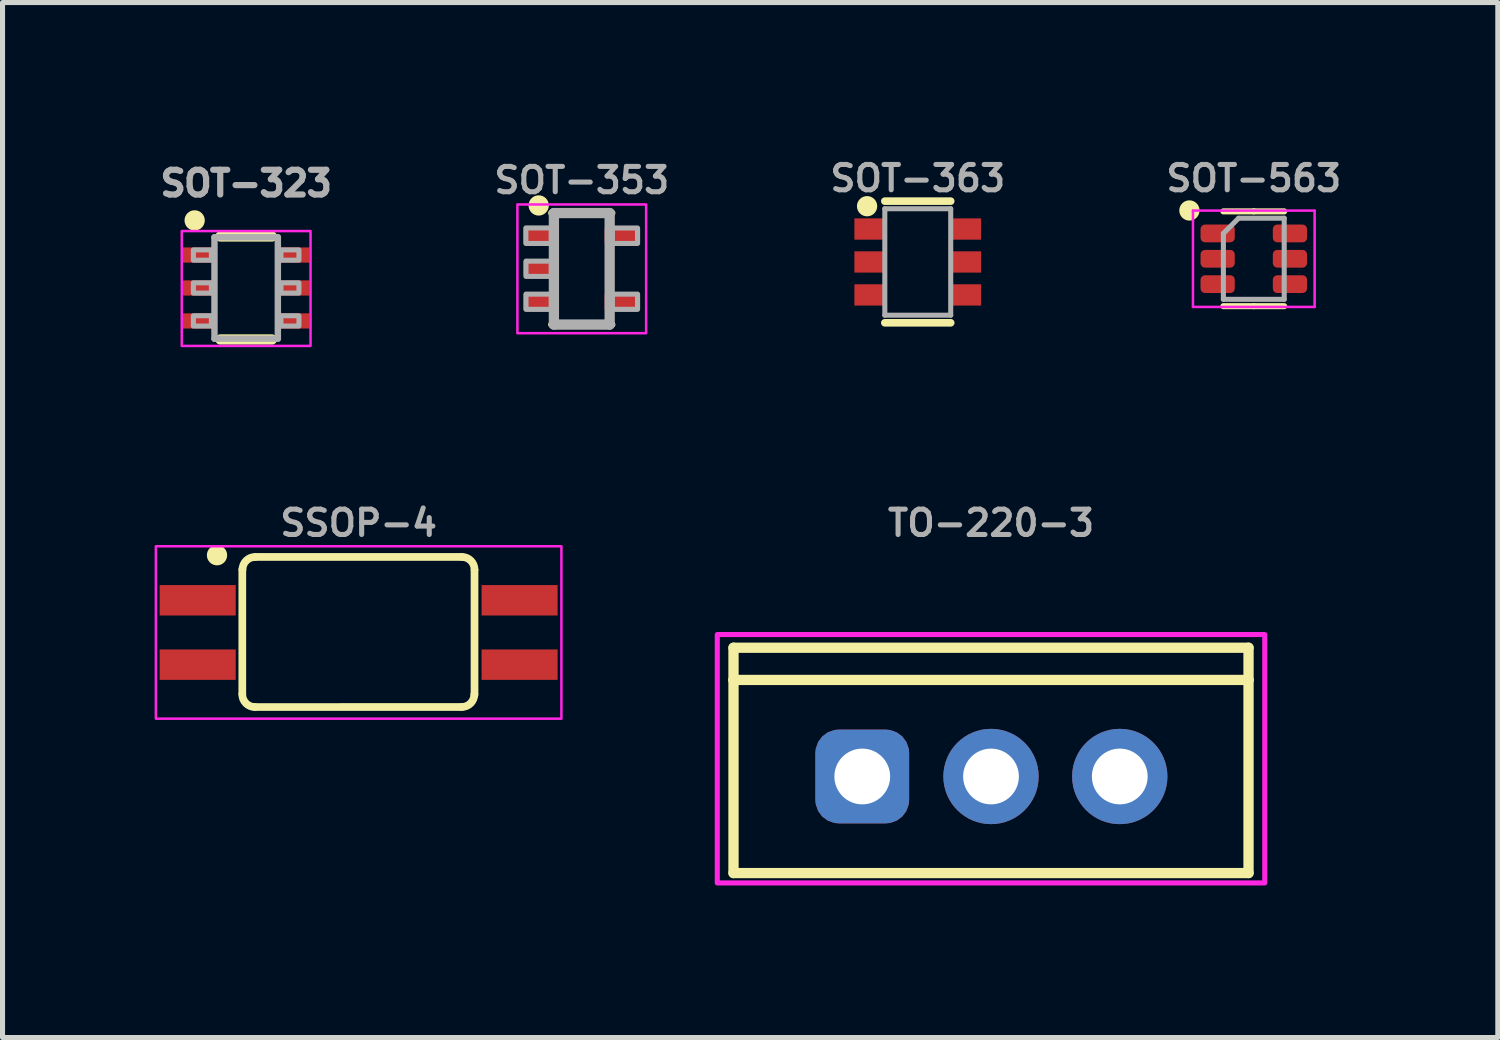
<source format=kicad_pcb>
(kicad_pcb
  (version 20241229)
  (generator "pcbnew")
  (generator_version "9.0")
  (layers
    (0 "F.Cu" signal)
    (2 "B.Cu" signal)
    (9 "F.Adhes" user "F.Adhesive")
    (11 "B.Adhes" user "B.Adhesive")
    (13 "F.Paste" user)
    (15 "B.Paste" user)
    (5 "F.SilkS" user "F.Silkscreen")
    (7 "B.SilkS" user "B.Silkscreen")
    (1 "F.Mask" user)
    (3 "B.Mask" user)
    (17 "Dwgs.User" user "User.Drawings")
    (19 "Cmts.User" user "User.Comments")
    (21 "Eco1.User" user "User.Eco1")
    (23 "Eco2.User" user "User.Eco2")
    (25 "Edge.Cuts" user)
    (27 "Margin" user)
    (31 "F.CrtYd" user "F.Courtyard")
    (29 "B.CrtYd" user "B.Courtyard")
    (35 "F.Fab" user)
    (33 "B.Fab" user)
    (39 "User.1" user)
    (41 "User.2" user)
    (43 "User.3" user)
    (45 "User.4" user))
  (footprint "SSOP-4"
    (layer "F.Cu")
    (at 4.025 9.427)
    (property "Reference" "SSOP-4" (at 0 -2.159 0) (layer "F.Fab") (effects (font (size 0.5 0.5) (thickness 0.1) (bold yes))))
    (attr smd)
    (fp_line (start -2.295 1.211) (end -2.295 -1.249) (stroke (width 0.152) (type solid)) (layer "F.SilkS"))
    (fp_line (start -2.045 1.471) (end 2.032 1.47) (stroke (width 0.152) (type solid)) (layer "F.SilkS"))
    (fp_line (start 2.036 -1.49) (end -2.036 -1.49) (stroke (width 0.152) (type solid)) (layer "F.SilkS"))
    (fp_line (start 2.286 -1.23) (end 2.286 1.23) (stroke (width 0.152) (type solid)) (layer "F.SilkS"))
    (fp_arc (start -2.291477 -1.239177) (mid -2.218254 -1.415954) (end -2.041477 -1.489177) (stroke (width 0.1524) (type solid)) (layer "F.SilkS"))
    (fp_arc (start -2.045477 1.471046) (mid -2.222254 1.397823) (end -2.295477 1.221046) (stroke (width 0.1524) (type solid)) (layer "F.SilkS"))
    (fp_arc (start 2.036 -1.49) (mid 2.212777 -1.416777) (end 2.286 -1.24) (stroke (width 0.1524) (type solid)) (layer "F.SilkS"))
    (fp_arc (start 2.282 1.220223) (mid 2.208777 1.397) (end 2.032 1.470223) (stroke (width 0.1524) (type solid)) (layer "F.SilkS"))
    (fp_circle (center -2.794 -1.524) (end -2.794 -1.424) (stroke (width 0.2) (type solid)) (fill yes) (layer "F.SilkS"))
    (fp_rect (start 4 -1.7) (end -4 1.7) (stroke (width 0.05) (type default)) (fill no) (layer "F.CrtYd"))
    (fp_rect (start -2.2 -1.35) (end 2.2 1.35) (stroke (width 0.1) (type default)) (fill no) (layer "User.1"))
    (pad "1" smd rect (at -3.175 -0.635) (size 1.5 0.6) (layers "F.Cu" "F.Mask" "F.Paste"))
    (pad "2" smd rect (at -3.175 0.635) (size 1.5 0.6) (layers "F.Cu" "F.Mask" "F.Paste"))
    (pad "3" smd rect (at 3.175 0.635) (size 1.5 0.6) (layers "F.Cu" "F.Mask" "F.Paste"))
    (pad "4" smd rect (at 3.175 -0.635) (size 1.5 0.6) (layers "F.Cu" "F.Mask" "F.Paste")))
  (footprint "TO-220-3"
    (layer "F.Cu")
    (at 16.5 12.268)
    (property "Reference" "TO-220-3" (at 0 -5 0) (layer "F.Fab") (effects (font (size 0.5 0.5) (thickness 0.1))))
    (fp_line (start -5.08 -2.54) (end 5.08 -2.54) (stroke (width 0.203) (type solid)) (layer "F.SilkS"))
    (fp_line (start -5.08 -1.905) (end -5.08 -2.54) (stroke (width 0.203) (type solid)) (layer "F.SilkS"))
    (fp_line (start -5.08 1.905) (end -5.08 -1.905) (stroke (width 0.203) (type solid)) (layer "F.SilkS"))
    (fp_line (start 5.08 -2.54) (end 5.08 -1.905) (stroke (width 0.203) (type solid)) (layer "F.SilkS"))
    (fp_line (start 5.08 -1.905) (end -5.08 -1.905) (stroke (width 0.203) (type solid)) (layer "F.SilkS"))
    (fp_line (start 5.08 -1.905) (end 5.08 1.905) (stroke (width 0.203) (type solid)) (layer "F.SilkS"))
    (fp_line (start 5.08 1.905) (end -5.08 1.905) (stroke (width 0.203) (type solid)) (layer "F.SilkS"))
    (fp_rect (start 5.4 -2.8) (end -5.4 2.1) (stroke (width 0.1) (type default)) (fill no) (layer "F.CrtYd"))
    (pad "1" thru_hole roundrect (at -2.54 0) (size 1.85 1.85) (drill 1.1) (layers "*.Cu" "*.Mask") (roundrect_rratio 0.25))
    (pad "2" thru_hole circle (at 0 0) (size 1.88 1.88) (drill 1.1) (layers "*.Cu" "*.Mask"))
    (pad "3" thru_hole circle (at 2.54 0) (size 1.88 1.88) (drill 1.1) (layers "*.Cu" "*.Mask")))
  (footprint "SOT-563"
    (layer "F.Cu")
    (at 21.684 2.055)
    (property "Reference" "SOT-563" (at 0 -1.587 0) (layer "F.Fab") (effects (font (size 0.5 0.5) (thickness 0.1))))
    (attr smd)
    (fp_line (start 0 -0.935) (end -0.6 -0.935) (stroke (width 0.12) (type solid)) (layer "F.SilkS"))
    (fp_line (start 0 -0.935) (end 0.6 -0.935) (stroke (width 0.12) (type solid)) (layer "F.SilkS"))
    (fp_line (start 0 0.935) (end -0.6 0.935) (stroke (width 0.12) (type solid)) (layer "F.SilkS"))
    (fp_line (start 0 0.935) (end 0.6 0.935) (stroke (width 0.12) (type solid)) (layer "F.SilkS"))
    (fp_circle (center -1.27 -0.953) (end -1.27 -0.853) (stroke (width 0.2) (type solid)) (fill no) (layer "F.SilkS"))
    (fp_line (start -1.2 -0.95) (end -1.2 0.95) (stroke (width 0.05) (type solid)) (layer "F.CrtYd"))
    (fp_line (start -1.2 0.95) (end 1.2 0.95) (stroke (width 0.05) (type solid)) (layer "F.CrtYd"))
    (fp_line (start 1.2 -0.95) (end -1.2 -0.95) (stroke (width 0.05) (type solid)) (layer "F.CrtYd"))
    (fp_line (start 1.2 0.95) (end 1.2 -0.95) (stroke (width 0.05) (type solid)) (layer "F.CrtYd"))
    (fp_line (start -0.6 -0.5) (end -0.3 -0.8) (stroke (width 0.1) (type solid)) (layer "F.Fab"))
    (fp_line (start -0.6 0.8) (end -0.6 -0.5) (stroke (width 0.1) (type solid)) (layer "F.Fab"))
    (fp_line (start -0.3 -0.8) (end 0.6 -0.8) (stroke (width 0.1) (type solid)) (layer "F.Fab"))
    (fp_line (start 0.6 -0.8) (end 0.6 0.8) (stroke (width 0.1) (type solid)) (layer "F.Fab"))
    (fp_line (start 0.6 0.8) (end -0.6 0.8) (stroke (width 0.1) (type solid)) (layer "F.Fab"))
    (pad "1" smd roundrect (at -0.713 -0.5) (size 0.675 0.35) (layers "F.Cu" "F.Mask" "F.Paste") (roundrect_rratio 0.25))
    (pad "2" smd roundrect (at -0.713 0) (size 0.675 0.35) (layers "F.Cu" "F.Mask" "F.Paste") (roundrect_rratio 0.25))
    (pad "3" smd roundrect (at -0.713 0.5) (size 0.675 0.35) (layers "F.Cu" "F.Mask" "F.Paste") (roundrect_rratio 0.25))
    (pad "4" smd roundrect (at 0.713 0.5) (size 0.675 0.35) (layers "F.Cu" "F.Mask" "F.Paste") (roundrect_rratio 0.25))
    (pad "5" smd roundrect (at 0.713 0) (size 0.675 0.35) (layers "F.Cu" "F.Mask" "F.Paste") (roundrect_rratio 0.25))
    (pad "6" smd roundrect (at 0.713 -0.5) (size 0.675 0.35) (layers "F.Cu" "F.Mask" "F.Paste") (roundrect_rratio 0.25)))
  (footprint "SOT-323"
    (layer "F.Cu")
    (at 1.806 2.631)
    (property "Reference" "SOT-323" (at 0 -1.778 0) (layer "F.Fab") (effects (font (size 0.488 0.488) (thickness 0.122)) (justify bottom)))
    (fp_line (start 0.508 -1.016) (end -0.508 -1.016) (stroke (width 0.203) (type solid)) (layer "F.SilkS"))
    (fp_line (start 0.508 1.016) (end -0.508 1.016) (stroke (width 0.203) (type solid)) (layer "F.SilkS"))
    (fp_circle (center -1.016 -1.333) (end -0.916 -1.333) (stroke (width 0.2) (type solid)) (fill yes) (layer "F.SilkS"))
    (fp_rect (start 1.27 -1.123) (end -1.27 1.144) (stroke (width 0.05) (type default)) (fill no) (layer "F.CrtYd"))
    (fp_line (start -0.625 -1) (end -0.625 1) (stroke (width 0.127) (type solid)) (layer "F.Fab"))
    (fp_line (start -0.625 1) (end 0.625 1) (stroke (width 0.127) (type solid)) (layer "F.Fab"))
    (fp_line (start 0.625 -1) (end -0.625 -1) (stroke (width 0.127) (type solid)) (layer "F.Fab"))
    (fp_line (start 0.625 1) (end 0.625 -1) (stroke (width 0.127) (type solid)) (layer "F.Fab"))
    (fp_poly (pts (xy -1.041 -0.752) (xy -1.041 -0.548) (xy -0.686 -0.548) (xy -0.686 -0.752)) (stroke (width 0.1) (type default)) (fill no) (layer "F.Fab"))
    (fp_poly (pts (xy -1.041 -0.102) (xy -1.041 0.102) (xy -0.686 0.102) (xy -0.686 -0.102)) (stroke (width 0.1) (type default)) (fill no) (layer "F.Fab"))
    (fp_poly (pts (xy -1.041 0.548) (xy -1.041 0.752) (xy -0.686 0.752) (xy -0.686 0.548)) (stroke (width 0.1) (type default)) (fill no) (layer "F.Fab"))
    (fp_poly (pts (xy 0.686 -0.752) (xy 0.686 -0.548) (xy 1.041 -0.548) (xy 1.041 -0.752)) (stroke (width 0.1) (type default)) (fill no) (layer "F.Fab"))
    (fp_poly (pts (xy 0.686 -0.102) (xy 0.686 0.102) (xy 1.041 0.102) (xy 1.041 -0.102)) (stroke (width 0.1) (type default)) (fill no) (layer "F.Fab"))
    (fp_poly (pts (xy 0.686 0.548) (xy 0.686 0.752) (xy 1.041 0.752) (xy 1.041 0.548)) (stroke (width 0.1) (type default)) (fill no) (layer "F.Fab"))
    (pad "1" smd rect (at -0.92 -0.65 90) (size 0.3 0.66) (layers "F.Cu" "F.Mask" "F.Paste"))
    (pad "2" smd rect (at -0.92 0 90) (size 0.3 0.66) (layers "F.Cu" "F.Mask" "F.Paste"))
    (pad "3" smd rect (at -0.92 0.65 90) (size 0.3 0.66) (layers "F.Cu" "F.Mask" "F.Paste"))
    (pad "4" smd rect (at 0.92 0.65 90) (size 0.3 0.66) (layers "F.Cu" "F.Mask" "F.Paste"))
    (pad "5" smd rect (at 0.92 0 90) (size 0.3 0.66) (layers "F.Cu" "F.Mask" "F.Paste"))
    (pad "6" smd rect (at 0.92 -0.65 90) (size 0.3 0.66) (layers "F.Cu" "F.Mask" "F.Paste")))
  (footprint "SOT-363"
    (layer "F.Cu")
    (at 15.055 2.118)
    (property "Reference" "SOT-363" (at 0 -1.65 0) (unlocked yes) (layer "F.Fab") (effects (font (size 0.5 0.5) (thickness 0.1))))
    (attr smd)
    (fp_line (start -0.65 -1.2) (end 0.65 -1.2) (stroke (width 0.15) (type default)) (layer "F.SilkS"))
    (fp_line (start -0.65 1.2) (end 0.65 1.2) (stroke (width 0.15) (type default)) (layer "F.SilkS"))
    (fp_circle (center -1 -1.1) (end -0.9 -1.1) (stroke (width 0.2) (type solid)) (fill yes) (layer "F.SilkS"))
    (fp_line (start -0.65 -1.05) (end 0.65 -1.05) (stroke (width 0.1) (type default)) (layer "F.Fab"))
    (fp_line (start -0.65 1.05) (end -0.65 -1.05) (stroke (width 0.1) (type default)) (layer "F.Fab"))
    (fp_line (start 0.65 -1.05) (end 0.65 1.05) (stroke (width 0.1) (type default)) (layer "F.Fab"))
    (fp_line (start 0.65 1.05) (end -0.65 1.05) (stroke (width 0.1) (type default)) (layer "F.Fab"))
    (pad "1" smd rect (at -0.95 -0.65 90) (size 0.42 0.6) (layers "F.Cu" "F.Mask" "F.Paste"))
    (pad "2" smd rect (at -0.95 0 90) (size 0.42 0.6) (layers "F.Cu" "F.Mask" "F.Paste"))
    (pad "3" smd rect (at -0.95 0.65 90) (size 0.42 0.6) (layers "F.Cu" "F.Mask" "F.Paste"))
    (pad "4" smd rect (at 0.95 0.65 90) (size 0.42 0.6) (layers "F.Cu" "F.Mask" "F.Paste"))
    (pad "5" smd rect (at 0.95 0 90) (size 0.42 0.6) (layers "F.Cu" "F.Mask" "F.Paste"))
    (pad "6" smd rect (at 0.95 -0.65 90) (size 0.42 0.6) (layers "F.Cu" "F.Mask" "F.Paste")))
  (footprint "SOT-353"
    (layer "F.Cu")
    (at 8.427 2.253)
    (property "Reference" "SOT-353" (at 0 -1.454 0) (layer "F.Fab") (effects (font (size 0.5 0.5) (thickness 0.1)) (justify bottom)))
    (fp_line (start 0.6 -1.1) (end -0.6 -1.1) (stroke (width 0.127) (type solid)) (layer "F.SilkS"))
    (fp_line (start 0.6 1.1) (end -0.6 1.1) (stroke (width 0.127) (type solid)) (layer "F.SilkS"))
    (fp_circle (center -0.85 -1.25) (end -0.85 -1.15) (stroke (width 0.2) (type solid)) (fill no) (layer "F.SilkS"))
    (fp_rect (start 1.27 -1.27) (end -1.27 1.27) (stroke (width 0.05) (type default)) (fill no) (layer "F.CrtYd"))
    (fp_line (start -0.55 1.1) (end -0.55 -1.1) (stroke (width 0.203) (type solid)) (layer "F.Fab"))
    (fp_line (start 0.55 -1.1) (end -0.55 -1.1) (stroke (width 0.203) (type solid)) (layer "F.Fab"))
    (fp_line (start 0.55 -1.1) (end 0.55 1.1) (stroke (width 0.203) (type solid)) (layer "F.Fab"))
    (fp_line (start 0.55 1.1) (end -0.55 1.1) (stroke (width 0.203) (type solid)) (layer "F.Fab"))
    (fp_poly (pts (xy -1.103 -0.806) (xy -1.103 -0.5) (xy -0.6 -0.5) (xy -0.6 -0.806)) (stroke (width 0.1) (type default)) (fill no) (layer "F.Fab"))
    (fp_poly (pts (xy -1.101 -0.152) (xy -1.101 0.15) (xy -0.6 0.15) (xy -0.6 -0.152)) (stroke (width 0.1) (type default)) (fill no) (layer "F.Fab"))
    (fp_poly (pts (xy -1.101 0.499) (xy -1.101 0.8) (xy -0.6 0.8) (xy -0.6 0.499)) (stroke (width 0.1) (type default)) (fill no) (layer "F.Fab"))
    (fp_poly (pts (xy 0.601 0.499) (xy 0.601 0.8) (xy 1.1 0.8) (xy 1.1 0.499)) (stroke (width 0.1) (type default)) (fill no) (layer "F.Fab"))
    (fp_poly (pts (xy 0.601 -0.805) (xy 0.601 -0.5) (xy 1.1 -0.5) (xy 1.1 -0.805)) (stroke (width 0.1) (type default)) (fill no) (layer "F.Fab"))
    (pad "1" smd rect (at -0.8 -0.65 270) (size 0.3 0.7) (layers "F.Cu" "F.Mask" "F.Paste"))
    (pad "2" smd rect (at -0.8 0 270) (size 0.3 0.7) (layers "F.Cu" "F.Mask" "F.Paste"))
    (pad "3" smd rect (at -0.8 0.65 270) (size 0.3 0.7) (layers "F.Cu" "F.Mask" "F.Paste"))
    (pad "4" smd rect (at 0.8 0.65 270) (size 0.3 0.7) (layers "F.Cu" "F.Mask" "F.Paste"))
    (pad "5" smd rect (at 0.8 -0.65 270) (size 0.3 0.7) (layers "F.Cu" "F.Mask" "F.Paste")))
  (gr_rect
    (start -3 -3)
    (end 26.498 17.418)
    (stroke (width 0.1) (type default))
    (fill no)
    (layer "Edge.Cuts")))
</source>
